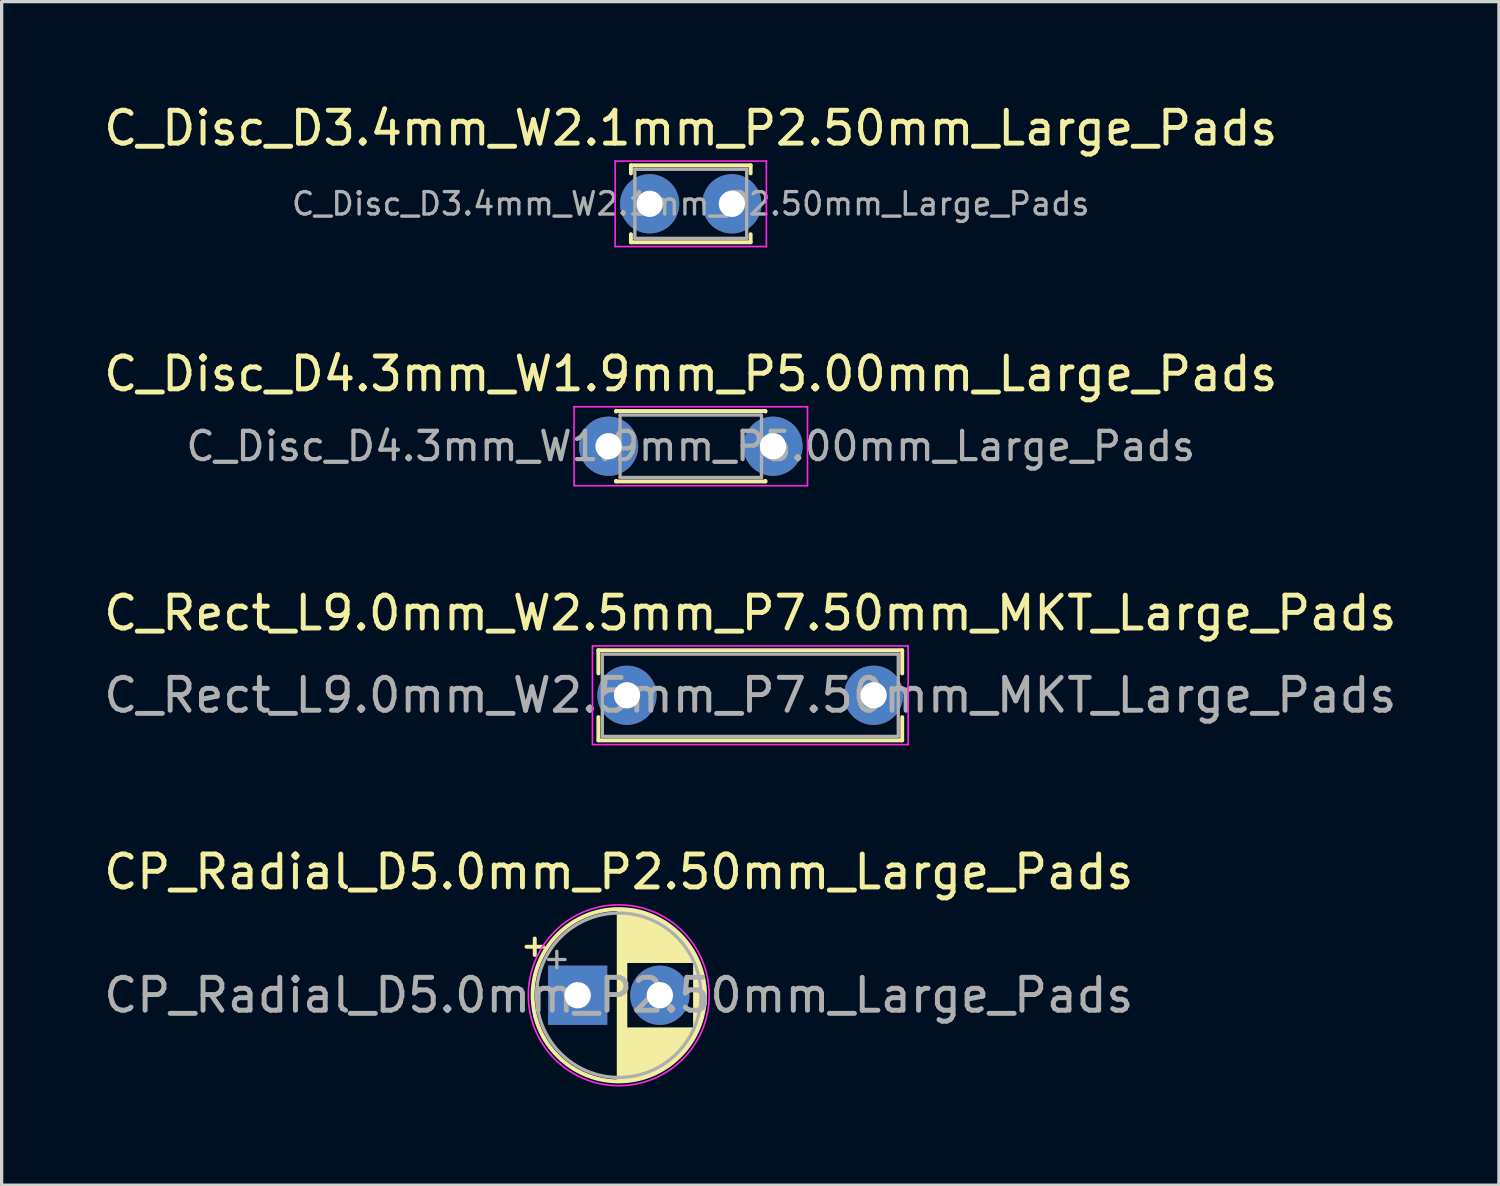
<source format=kicad_pcb>
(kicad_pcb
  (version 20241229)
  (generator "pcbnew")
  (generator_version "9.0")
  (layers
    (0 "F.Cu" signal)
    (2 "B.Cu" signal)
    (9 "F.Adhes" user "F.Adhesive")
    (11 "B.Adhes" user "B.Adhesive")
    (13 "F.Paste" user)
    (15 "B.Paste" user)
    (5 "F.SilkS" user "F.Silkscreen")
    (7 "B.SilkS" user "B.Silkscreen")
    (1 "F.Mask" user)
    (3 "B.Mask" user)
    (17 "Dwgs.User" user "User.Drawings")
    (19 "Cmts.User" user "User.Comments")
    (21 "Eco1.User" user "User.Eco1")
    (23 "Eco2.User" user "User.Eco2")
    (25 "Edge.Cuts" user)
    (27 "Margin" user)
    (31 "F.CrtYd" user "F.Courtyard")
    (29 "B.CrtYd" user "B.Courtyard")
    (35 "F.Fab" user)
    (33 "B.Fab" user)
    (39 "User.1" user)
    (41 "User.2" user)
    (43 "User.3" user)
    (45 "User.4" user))
  (footprint "C_Disc_D3.4mm_W2.1mm_P2.50mm_Large_Pads"
    (layer "F.Cu")
    (at 16.708 3.148)
    (property "Reference" "C_Disc_D3.4mm_W2.1mm_P2.50mm_Large_Pads" (at 1.25 -2.3 0) (layer "F.SilkS") (effects (font (size 1 1) (thickness 0.15))))
    (attr through_hole)
    (fp_line (start -0.57 -1.17) (end -0.57 -0.925) (stroke (width 0.12) (type solid)) (layer "F.SilkS"))
    (fp_line (start -0.57 -1.17) (end 3.07 -1.17) (stroke (width 0.12) (type solid)) (layer "F.SilkS"))
    (fp_line (start -0.57 0.925) (end -0.57 1.17) (stroke (width 0.12) (type solid)) (layer "F.SilkS"))
    (fp_line (start -0.57 1.17) (end 3.07 1.17) (stroke (width 0.12) (type solid)) (layer "F.SilkS"))
    (fp_line (start 3.07 -1.17) (end 3.07 -0.925) (stroke (width 0.12) (type solid)) (layer "F.SilkS"))
    (fp_line (start 3.07 0.925) (end 3.07 1.17) (stroke (width 0.12) (type solid)) (layer "F.SilkS"))
    (fp_line (start -1.05 -1.3) (end -1.05 1.3) (stroke (width 0.05) (type solid)) (layer "F.CrtYd"))
    (fp_line (start -1.05 1.3) (end 3.55 1.3) (stroke (width 0.05) (type solid)) (layer "F.CrtYd"))
    (fp_line (start 3.55 -1.3) (end -1.05 -1.3) (stroke (width 0.05) (type solid)) (layer "F.CrtYd"))
    (fp_line (start 3.55 1.3) (end 3.55 -1.3) (stroke (width 0.05) (type solid)) (layer "F.CrtYd"))
    (fp_line (start -0.45 -1.05) (end -0.45 1.05) (stroke (width 0.1) (type solid)) (layer "F.Fab"))
    (fp_line (start -0.45 1.05) (end 2.95 1.05) (stroke (width 0.1) (type solid)) (layer "F.Fab"))
    (fp_line (start 2.95 -1.05) (end -0.45 -1.05) (stroke (width 0.1) (type solid)) (layer "F.Fab"))
    (fp_line (start 2.95 1.05) (end 2.95 -1.05) (stroke (width 0.1) (type solid)) (layer "F.Fab"))
    (fp_text user "${REFERENCE}" (at 1.25 0 0) (layer "F.Fab") (effects (font (size 0.68 0.68) (thickness 0.102))))
    (pad "1" thru_hole circle (at 0 0) (size 1.8 1.8) (drill 0.8) (layers "*.Cu" "*.Mask"))
    (pad "2" thru_hole circle (at 2.5 0) (size 1.8 1.8) (drill 0.8) (layers "*.Cu" "*.Mask")))
  (footprint "C_Rect_L9.0mm_W2.5mm_P7.50mm_MKT_Large_Pads"
    (layer "F.Cu")
    (at 16.018 18.095)
    (property "Reference" "C_Rect_L9.0mm_W2.5mm_P7.50mm_MKT_Large_Pads" (at 3.75 -2.5 0) (layer "F.SilkS") (effects (font (size 1 1) (thickness 0.15))))
    (attr through_hole)
    (fp_line (start -0.87 -1.37) (end -0.87 -0.665) (stroke (width 0.12) (type solid)) (layer "F.SilkS"))
    (fp_line (start -0.87 -1.37) (end 8.37 -1.37) (stroke (width 0.12) (type solid)) (layer "F.SilkS"))
    (fp_line (start -0.87 0.665) (end -0.87 1.37) (stroke (width 0.12) (type solid)) (layer "F.SilkS"))
    (fp_line (start -0.87 1.37) (end 8.37 1.37) (stroke (width 0.12) (type solid)) (layer "F.SilkS"))
    (fp_line (start 8.37 -1.37) (end 8.37 -0.665) (stroke (width 0.12) (type solid)) (layer "F.SilkS"))
    (fp_line (start 8.37 0.665) (end 8.37 1.37) (stroke (width 0.12) (type solid)) (layer "F.SilkS"))
    (fp_line (start -1.05 -1.5) (end -1.05 1.5) (stroke (width 0.05) (type solid)) (layer "F.CrtYd"))
    (fp_line (start -1.05 1.5) (end 8.55 1.5) (stroke (width 0.05) (type solid)) (layer "F.CrtYd"))
    (fp_line (start 8.55 -1.5) (end -1.05 -1.5) (stroke (width 0.05) (type solid)) (layer "F.CrtYd"))
    (fp_line (start 8.55 1.5) (end 8.55 -1.5) (stroke (width 0.05) (type solid)) (layer "F.CrtYd"))
    (fp_line (start -0.75 -1.25) (end -0.75 1.25) (stroke (width 0.1) (type solid)) (layer "F.Fab"))
    (fp_line (start -0.75 1.25) (end 8.25 1.25) (stroke (width 0.1) (type solid)) (layer "F.Fab"))
    (fp_line (start 8.25 -1.25) (end -0.75 -1.25) (stroke (width 0.1) (type solid)) (layer "F.Fab"))
    (fp_line (start 8.25 1.25) (end 8.25 -1.25) (stroke (width 0.1) (type solid)) (layer "F.Fab"))
    (fp_text user "${REFERENCE}" (at 3.75 0 0) (layer "F.Fab") (effects (font (size 1 1) (thickness 0.15))))
    (pad "1" thru_hole circle (at 0 0) (size 1.8 1.8) (drill 0.8) (layers "*.Cu" "*.Mask"))
    (pad "2" thru_hole circle (at 7.5 0) (size 1.8 1.8) (drill 0.8) (layers "*.Cu" "*.Mask")))
  (footprint "CP_Radial_D5.0mm_P2.50mm_Large_Pads"
    (layer "F.Cu")
    (at 14.518 27.218)
    (property "Reference" "CP_Radial_D5.0mm_P2.50mm_Large_Pads" (at 1.25 -3.75 0) (layer "F.SilkS") (effects (font (size 1 1) (thickness 0.15))))
    (attr through_hole)
    (fp_line (start -1.555 -1.475) (end -1.055 -1.475) (stroke (width 0.12) (type solid)) (layer "F.SilkS"))
    (fp_line (start -1.305 -1.725) (end -1.305 -1.225) (stroke (width 0.12) (type solid)) (layer "F.SilkS"))
    (fp_line (start 1.25 -2.58) (end 1.25 2.58) (stroke (width 0.12) (type solid)) (layer "F.SilkS"))
    (fp_line (start 1.29 -2.58) (end 1.29 2.58) (stroke (width 0.12) (type solid)) (layer "F.SilkS"))
    (fp_line (start 1.33 -2.579) (end 1.33 2.579) (stroke (width 0.12) (type solid)) (layer "F.SilkS"))
    (fp_line (start 1.37 -2.578) (end 1.37 2.578) (stroke (width 0.12) (type solid)) (layer "F.SilkS"))
    (fp_line (start 1.41 -2.576) (end 1.41 2.576) (stroke (width 0.12) (type solid)) (layer "F.SilkS"))
    (fp_line (start 1.45 -2.573) (end 1.45 2.573) (stroke (width 0.12) (type solid)) (layer "F.SilkS"))
    (fp_line (start 1.49 -2.569) (end 1.49 -1.04) (stroke (width 0.12) (type solid)) (layer "F.SilkS"))
    (fp_line (start 1.49 1.04) (end 1.49 2.569) (stroke (width 0.12) (type solid)) (layer "F.SilkS"))
    (fp_line (start 1.53 -2.565) (end 1.53 -1.04) (stroke (width 0.12) (type solid)) (layer "F.SilkS"))
    (fp_line (start 1.53 1.04) (end 1.53 2.565) (stroke (width 0.12) (type solid)) (layer "F.SilkS"))
    (fp_line (start 1.57 -2.561) (end 1.57 -1.04) (stroke (width 0.12) (type solid)) (layer "F.SilkS"))
    (fp_line (start 1.57 1.04) (end 1.57 2.561) (stroke (width 0.12) (type solid)) (layer "F.SilkS"))
    (fp_line (start 1.61 -2.556) (end 1.61 -1.04) (stroke (width 0.12) (type solid)) (layer "F.SilkS"))
    (fp_line (start 1.61 1.04) (end 1.61 2.556) (stroke (width 0.12) (type solid)) (layer "F.SilkS"))
    (fp_line (start 1.65 -2.55) (end 1.65 -1.04) (stroke (width 0.12) (type solid)) (layer "F.SilkS"))
    (fp_line (start 1.65 1.04) (end 1.65 2.55) (stroke (width 0.12) (type solid)) (layer "F.SilkS"))
    (fp_line (start 1.69 -2.543) (end 1.69 -1.04) (stroke (width 0.12) (type solid)) (layer "F.SilkS"))
    (fp_line (start 1.69 1.04) (end 1.69 2.543) (stroke (width 0.12) (type solid)) (layer "F.SilkS"))
    (fp_line (start 1.73 -2.536) (end 1.73 -1.04) (stroke (width 0.12) (type solid)) (layer "F.SilkS"))
    (fp_line (start 1.73 1.04) (end 1.73 2.536) (stroke (width 0.12) (type solid)) (layer "F.SilkS"))
    (fp_line (start 1.77 -2.528) (end 1.77 -1.04) (stroke (width 0.12) (type solid)) (layer "F.SilkS"))
    (fp_line (start 1.77 1.04) (end 1.77 2.528) (stroke (width 0.12) (type solid)) (layer "F.SilkS"))
    (fp_line (start 1.81 -2.52) (end 1.81 -1.04) (stroke (width 0.12) (type solid)) (layer "F.SilkS"))
    (fp_line (start 1.81 1.04) (end 1.81 2.52) (stroke (width 0.12) (type solid)) (layer "F.SilkS"))
    (fp_line (start 1.85 -2.511) (end 1.85 -1.04) (stroke (width 0.12) (type solid)) (layer "F.SilkS"))
    (fp_line (start 1.85 1.04) (end 1.85 2.511) (stroke (width 0.12) (type solid)) (layer "F.SilkS"))
    (fp_line (start 1.89 -2.501) (end 1.89 -1.04) (stroke (width 0.12) (type solid)) (layer "F.SilkS"))
    (fp_line (start 1.89 1.04) (end 1.89 2.501) (stroke (width 0.12) (type solid)) (layer "F.SilkS"))
    (fp_line (start 1.93 -2.491) (end 1.93 -1.04) (stroke (width 0.12) (type solid)) (layer "F.SilkS"))
    (fp_line (start 1.93 1.04) (end 1.93 2.491) (stroke (width 0.12) (type solid)) (layer "F.SilkS"))
    (fp_line (start 1.971 -2.48) (end 1.971 -1.04) (stroke (width 0.12) (type solid)) (layer "F.SilkS"))
    (fp_line (start 1.971 1.04) (end 1.971 2.48) (stroke (width 0.12) (type solid)) (layer "F.SilkS"))
    (fp_line (start 2.011 -2.468) (end 2.011 -1.04) (stroke (width 0.12) (type solid)) (layer "F.SilkS"))
    (fp_line (start 2.011 1.04) (end 2.011 2.468) (stroke (width 0.12) (type solid)) (layer "F.SilkS"))
    (fp_line (start 2.051 -2.455) (end 2.051 -1.04) (stroke (width 0.12) (type solid)) (layer "F.SilkS"))
    (fp_line (start 2.051 1.04) (end 2.051 2.455) (stroke (width 0.12) (type solid)) (layer "F.SilkS"))
    (fp_line (start 2.091 -2.442) (end 2.091 -1.04) (stroke (width 0.12) (type solid)) (layer "F.SilkS"))
    (fp_line (start 2.091 1.04) (end 2.091 2.442) (stroke (width 0.12) (type solid)) (layer "F.SilkS"))
    (fp_line (start 2.131 -2.428) (end 2.131 -1.04) (stroke (width 0.12) (type solid)) (layer "F.SilkS"))
    (fp_line (start 2.131 1.04) (end 2.131 2.428) (stroke (width 0.12) (type solid)) (layer "F.SilkS"))
    (fp_line (start 2.171 -2.414) (end 2.171 -1.04) (stroke (width 0.12) (type solid)) (layer "F.SilkS"))
    (fp_line (start 2.171 1.04) (end 2.171 2.414) (stroke (width 0.12) (type solid)) (layer "F.SilkS"))
    (fp_line (start 2.211 -2.398) (end 2.211 -1.04) (stroke (width 0.12) (type solid)) (layer "F.SilkS"))
    (fp_line (start 2.211 1.04) (end 2.211 2.398) (stroke (width 0.12) (type solid)) (layer "F.SilkS"))
    (fp_line (start 2.251 -2.382) (end 2.251 -1.04) (stroke (width 0.12) (type solid)) (layer "F.SilkS"))
    (fp_line (start 2.251 1.04) (end 2.251 2.382) (stroke (width 0.12) (type solid)) (layer "F.SilkS"))
    (fp_line (start 2.291 -2.365) (end 2.291 -1.04) (stroke (width 0.12) (type solid)) (layer "F.SilkS"))
    (fp_line (start 2.291 1.04) (end 2.291 2.365) (stroke (width 0.12) (type solid)) (layer "F.SilkS"))
    (fp_line (start 2.331 -2.348) (end 2.331 -1.04) (stroke (width 0.12) (type solid)) (layer "F.SilkS"))
    (fp_line (start 2.331 1.04) (end 2.331 2.348) (stroke (width 0.12) (type solid)) (layer "F.SilkS"))
    (fp_line (start 2.371 -2.329) (end 2.371 -1.04) (stroke (width 0.12) (type solid)) (layer "F.SilkS"))
    (fp_line (start 2.371 1.04) (end 2.371 2.329) (stroke (width 0.12) (type solid)) (layer "F.SilkS"))
    (fp_line (start 2.411 -2.31) (end 2.411 -1.04) (stroke (width 0.12) (type solid)) (layer "F.SilkS"))
    (fp_line (start 2.411 1.04) (end 2.411 2.31) (stroke (width 0.12) (type solid)) (layer "F.SilkS"))
    (fp_line (start 2.451 -2.29) (end 2.451 -1.04) (stroke (width 0.12) (type solid)) (layer "F.SilkS"))
    (fp_line (start 2.451 1.04) (end 2.451 2.29) (stroke (width 0.12) (type solid)) (layer "F.SilkS"))
    (fp_line (start 2.491 -2.268) (end 2.491 -1.04) (stroke (width 0.12) (type solid)) (layer "F.SilkS"))
    (fp_line (start 2.491 1.04) (end 2.491 2.268) (stroke (width 0.12) (type solid)) (layer "F.SilkS"))
    (fp_line (start 2.531 -2.247) (end 2.531 -1.04) (stroke (width 0.12) (type solid)) (layer "F.SilkS"))
    (fp_line (start 2.531 1.04) (end 2.531 2.247) (stroke (width 0.12) (type solid)) (layer "F.SilkS"))
    (fp_line (start 2.571 -2.224) (end 2.571 -1.04) (stroke (width 0.12) (type solid)) (layer "F.SilkS"))
    (fp_line (start 2.571 1.04) (end 2.571 2.224) (stroke (width 0.12) (type solid)) (layer "F.SilkS"))
    (fp_line (start 2.611 -2.2) (end 2.611 -1.04) (stroke (width 0.12) (type solid)) (layer "F.SilkS"))
    (fp_line (start 2.611 1.04) (end 2.611 2.2) (stroke (width 0.12) (type solid)) (layer "F.SilkS"))
    (fp_line (start 2.651 -2.175) (end 2.651 -1.04) (stroke (width 0.12) (type solid)) (layer "F.SilkS"))
    (fp_line (start 2.651 1.04) (end 2.651 2.175) (stroke (width 0.12) (type solid)) (layer "F.SilkS"))
    (fp_line (start 2.691 -2.149) (end 2.691 -1.04) (stroke (width 0.12) (type solid)) (layer "F.SilkS"))
    (fp_line (start 2.691 1.04) (end 2.691 2.149) (stroke (width 0.12) (type solid)) (layer "F.SilkS"))
    (fp_line (start 2.731 -2.122) (end 2.731 -1.04) (stroke (width 0.12) (type solid)) (layer "F.SilkS"))
    (fp_line (start 2.731 1.04) (end 2.731 2.122) (stroke (width 0.12) (type solid)) (layer "F.SilkS"))
    (fp_line (start 2.771 -2.095) (end 2.771 -1.04) (stroke (width 0.12) (type solid)) (layer "F.SilkS"))
    (fp_line (start 2.771 1.04) (end 2.771 2.095) (stroke (width 0.12) (type solid)) (layer "F.SilkS"))
    (fp_line (start 2.811 -2.065) (end 2.811 -1.04) (stroke (width 0.12) (type solid)) (layer "F.SilkS"))
    (fp_line (start 2.811 1.04) (end 2.811 2.065) (stroke (width 0.12) (type solid)) (layer "F.SilkS"))
    (fp_line (start 2.851 -2.035) (end 2.851 -1.04) (stroke (width 0.12) (type solid)) (layer "F.SilkS"))
    (fp_line (start 2.851 1.04) (end 2.851 2.035) (stroke (width 0.12) (type solid)) (layer "F.SilkS"))
    (fp_line (start 2.891 -2.004) (end 2.891 -1.04) (stroke (width 0.12) (type solid)) (layer "F.SilkS"))
    (fp_line (start 2.891 1.04) (end 2.891 2.004) (stroke (width 0.12) (type solid)) (layer "F.SilkS"))
    (fp_line (start 2.931 -1.971) (end 2.931 -1.04) (stroke (width 0.12) (type solid)) (layer "F.SilkS"))
    (fp_line (start 2.931 1.04) (end 2.931 1.971) (stroke (width 0.12) (type solid)) (layer "F.SilkS"))
    (fp_line (start 2.971 -1.937) (end 2.971 -1.04) (stroke (width 0.12) (type solid)) (layer "F.SilkS"))
    (fp_line (start 2.971 1.04) (end 2.971 1.937) (stroke (width 0.12) (type solid)) (layer "F.SilkS"))
    (fp_line (start 3.011 -1.901) (end 3.011 -1.04) (stroke (width 0.12) (type solid)) (layer "F.SilkS"))
    (fp_line (start 3.011 1.04) (end 3.011 1.901) (stroke (width 0.12) (type solid)) (layer "F.SilkS"))
    (fp_line (start 3.051 -1.864) (end 3.051 -1.04) (stroke (width 0.12) (type solid)) (layer "F.SilkS"))
    (fp_line (start 3.051 1.04) (end 3.051 1.864) (stroke (width 0.12) (type solid)) (layer "F.SilkS"))
    (fp_line (start 3.091 -1.826) (end 3.091 -1.04) (stroke (width 0.12) (type solid)) (layer "F.SilkS"))
    (fp_line (start 3.091 1.04) (end 3.091 1.826) (stroke (width 0.12) (type solid)) (layer "F.SilkS"))
    (fp_line (start 3.131 -1.785) (end 3.131 -1.04) (stroke (width 0.12) (type solid)) (layer "F.SilkS"))
    (fp_line (start 3.131 1.04) (end 3.131 1.785) (stroke (width 0.12) (type solid)) (layer "F.SilkS"))
    (fp_line (start 3.171 -1.743) (end 3.171 -1.04) (stroke (width 0.12) (type solid)) (layer "F.SilkS"))
    (fp_line (start 3.171 1.04) (end 3.171 1.743) (stroke (width 0.12) (type solid)) (layer "F.SilkS"))
    (fp_line (start 3.211 -1.699) (end 3.211 -1.04) (stroke (width 0.12) (type solid)) (layer "F.SilkS"))
    (fp_line (start 3.211 1.04) (end 3.211 1.699) (stroke (width 0.12) (type solid)) (layer "F.SilkS"))
    (fp_line (start 3.251 -1.653) (end 3.251 -1.04) (stroke (width 0.12) (type solid)) (layer "F.SilkS"))
    (fp_line (start 3.251 1.04) (end 3.251 1.653) (stroke (width 0.12) (type solid)) (layer "F.SilkS"))
    (fp_line (start 3.291 -1.605) (end 3.291 -1.04) (stroke (width 0.12) (type solid)) (layer "F.SilkS"))
    (fp_line (start 3.291 1.04) (end 3.291 1.605) (stroke (width 0.12) (type solid)) (layer "F.SilkS"))
    (fp_line (start 3.331 -1.554) (end 3.331 -1.04) (stroke (width 0.12) (type solid)) (layer "F.SilkS"))
    (fp_line (start 3.331 1.04) (end 3.331 1.554) (stroke (width 0.12) (type solid)) (layer "F.SilkS"))
    (fp_line (start 3.371 -1.5) (end 3.371 -1.04) (stroke (width 0.12) (type solid)) (layer "F.SilkS"))
    (fp_line (start 3.371 1.04) (end 3.371 1.5) (stroke (width 0.12) (type solid)) (layer "F.SilkS"))
    (fp_line (start 3.411 -1.443) (end 3.411 -1.04) (stroke (width 0.12) (type solid)) (layer "F.SilkS"))
    (fp_line (start 3.411 1.04) (end 3.411 1.443) (stroke (width 0.12) (type solid)) (layer "F.SilkS"))
    (fp_line (start 3.451 -1.383) (end 3.451 -1.04) (stroke (width 0.12) (type solid)) (layer "F.SilkS"))
    (fp_line (start 3.451 1.04) (end 3.451 1.383) (stroke (width 0.12) (type solid)) (layer "F.SilkS"))
    (fp_line (start 3.491 -1.319) (end 3.491 -1.04) (stroke (width 0.12) (type solid)) (layer "F.SilkS"))
    (fp_line (start 3.491 1.04) (end 3.491 1.319) (stroke (width 0.12) (type solid)) (layer "F.SilkS"))
    (fp_line (start 3.531 -1.251) (end 3.531 -1.04) (stroke (width 0.12) (type solid)) (layer "F.SilkS"))
    (fp_line (start 3.531 1.04) (end 3.531 1.251) (stroke (width 0.12) (type solid)) (layer "F.SilkS"))
    (fp_line (start 3.571 -1.178) (end 3.571 1.178) (stroke (width 0.12) (type solid)) (layer "F.SilkS"))
    (fp_line (start 3.611 -1.098) (end 3.611 1.098) (stroke (width 0.12) (type solid)) (layer "F.SilkS"))
    (fp_line (start 3.651 -1.011) (end 3.651 1.011) (stroke (width 0.12) (type solid)) (layer "F.SilkS"))
    (fp_line (start 3.691 -0.915) (end 3.691 0.915) (stroke (width 0.12) (type solid)) (layer "F.SilkS"))
    (fp_line (start 3.731 -0.805) (end 3.731 0.805) (stroke (width 0.12) (type solid)) (layer "F.SilkS"))
    (fp_line (start 3.771 -0.677) (end 3.771 0.677) (stroke (width 0.12) (type solid)) (layer "F.SilkS"))
    (fp_line (start 3.811 -0.518) (end 3.811 0.518) (stroke (width 0.12) (type solid)) (layer "F.SilkS"))
    (fp_line (start 3.851 -0.284) (end 3.851 0.284) (stroke (width 0.12) (type solid)) (layer "F.SilkS"))
    (fp_circle (center 1.25 0) (end 3.87 0) (stroke (width 0.12) (type solid)) (fill no) (layer "F.SilkS"))
    (fp_circle (center 1.25 0) (end 4 0) (stroke (width 0.05) (type solid)) (fill no) (layer "F.CrtYd"))
    (fp_line (start -0.884 -1.087) (end -0.384 -1.087) (stroke (width 0.1) (type solid)) (layer "F.Fab"))
    (fp_line (start -0.634 -1.337) (end -0.634 -0.838) (stroke (width 0.1) (type solid)) (layer "F.Fab"))
    (fp_circle (center 1.25 0) (end 3.75 0) (stroke (width 0.1) (type solid)) (fill no) (layer "F.Fab"))
    (fp_text user "${REFERENCE}" (at 1.25 0 0) (layer "F.Fab") (effects (font (size 1 1) (thickness 0.15))))
    (pad "1" thru_hole rect (at 0 0) (size 1.8 1.8) (drill 0.8) (layers "*.Cu" "*.Mask"))
    (pad "2" thru_hole circle (at 2.5 0) (size 1.8 1.8) (drill 0.8) (layers "*.Cu" "*.Mask")))
  (footprint "C_Disc_D4.3mm_W1.9mm_P5.00mm_Large_Pads"
    (layer "F.Cu")
    (at 15.458 10.521)
    (property "Reference" "C_Disc_D4.3mm_W1.9mm_P5.00mm_Large_Pads" (at 2.5 -2.2 0) (layer "F.SilkS") (effects (font (size 1 1) (thickness 0.15))))
    (attr through_hole)
    (fp_line (start 0.23 -1.07) (end 0.23 -1.055) (stroke (width 0.12) (type solid)) (layer "F.SilkS"))
    (fp_line (start 0.23 -1.07) (end 4.77 -1.07) (stroke (width 0.12) (type solid)) (layer "F.SilkS"))
    (fp_line (start 0.23 1.055) (end 0.23 1.07) (stroke (width 0.12) (type solid)) (layer "F.SilkS"))
    (fp_line (start 0.23 1.07) (end 4.77 1.07) (stroke (width 0.12) (type solid)) (layer "F.SilkS"))
    (fp_line (start 4.77 -1.07) (end 4.77 -1.055) (stroke (width 0.12) (type solid)) (layer "F.SilkS"))
    (fp_line (start 4.77 1.055) (end 4.77 1.07) (stroke (width 0.12) (type solid)) (layer "F.SilkS"))
    (fp_line (start -1.05 -1.2) (end -1.05 1.2) (stroke (width 0.05) (type solid)) (layer "F.CrtYd"))
    (fp_line (start -1.05 1.2) (end 6.05 1.2) (stroke (width 0.05) (type solid)) (layer "F.CrtYd"))
    (fp_line (start 6.05 -1.2) (end -1.05 -1.2) (stroke (width 0.05) (type solid)) (layer "F.CrtYd"))
    (fp_line (start 6.05 1.2) (end 6.05 -1.2) (stroke (width 0.05) (type solid)) (layer "F.CrtYd"))
    (fp_line (start 0.35 -0.95) (end 0.35 0.95) (stroke (width 0.1) (type solid)) (layer "F.Fab"))
    (fp_line (start 0.35 0.95) (end 4.65 0.95) (stroke (width 0.1) (type solid)) (layer "F.Fab"))
    (fp_line (start 4.65 -0.95) (end 0.35 -0.95) (stroke (width 0.1) (type solid)) (layer "F.Fab"))
    (fp_line (start 4.65 0.95) (end 4.65 -0.95) (stroke (width 0.1) (type solid)) (layer "F.Fab"))
    (fp_text user "${REFERENCE}" (at 2.5 0 0) (layer "F.Fab") (effects (font (size 0.86 0.86) (thickness 0.129))))
    (pad "1" thru_hole circle (at 0 0) (size 1.8 1.8) (drill 0.8) (layers "*.Cu" "*.Mask"))
    (pad "2" thru_hole circle (at 5 0) (size 1.8 1.8) (drill 0.8) (layers "*.Cu" "*.Mask")))
  (gr_rect
    (start -3 -3)
    (end 42.536 32.993)
    (stroke (width 0.1) (type default))
    (fill no)
    (layer "Edge.Cuts")))
</source>
